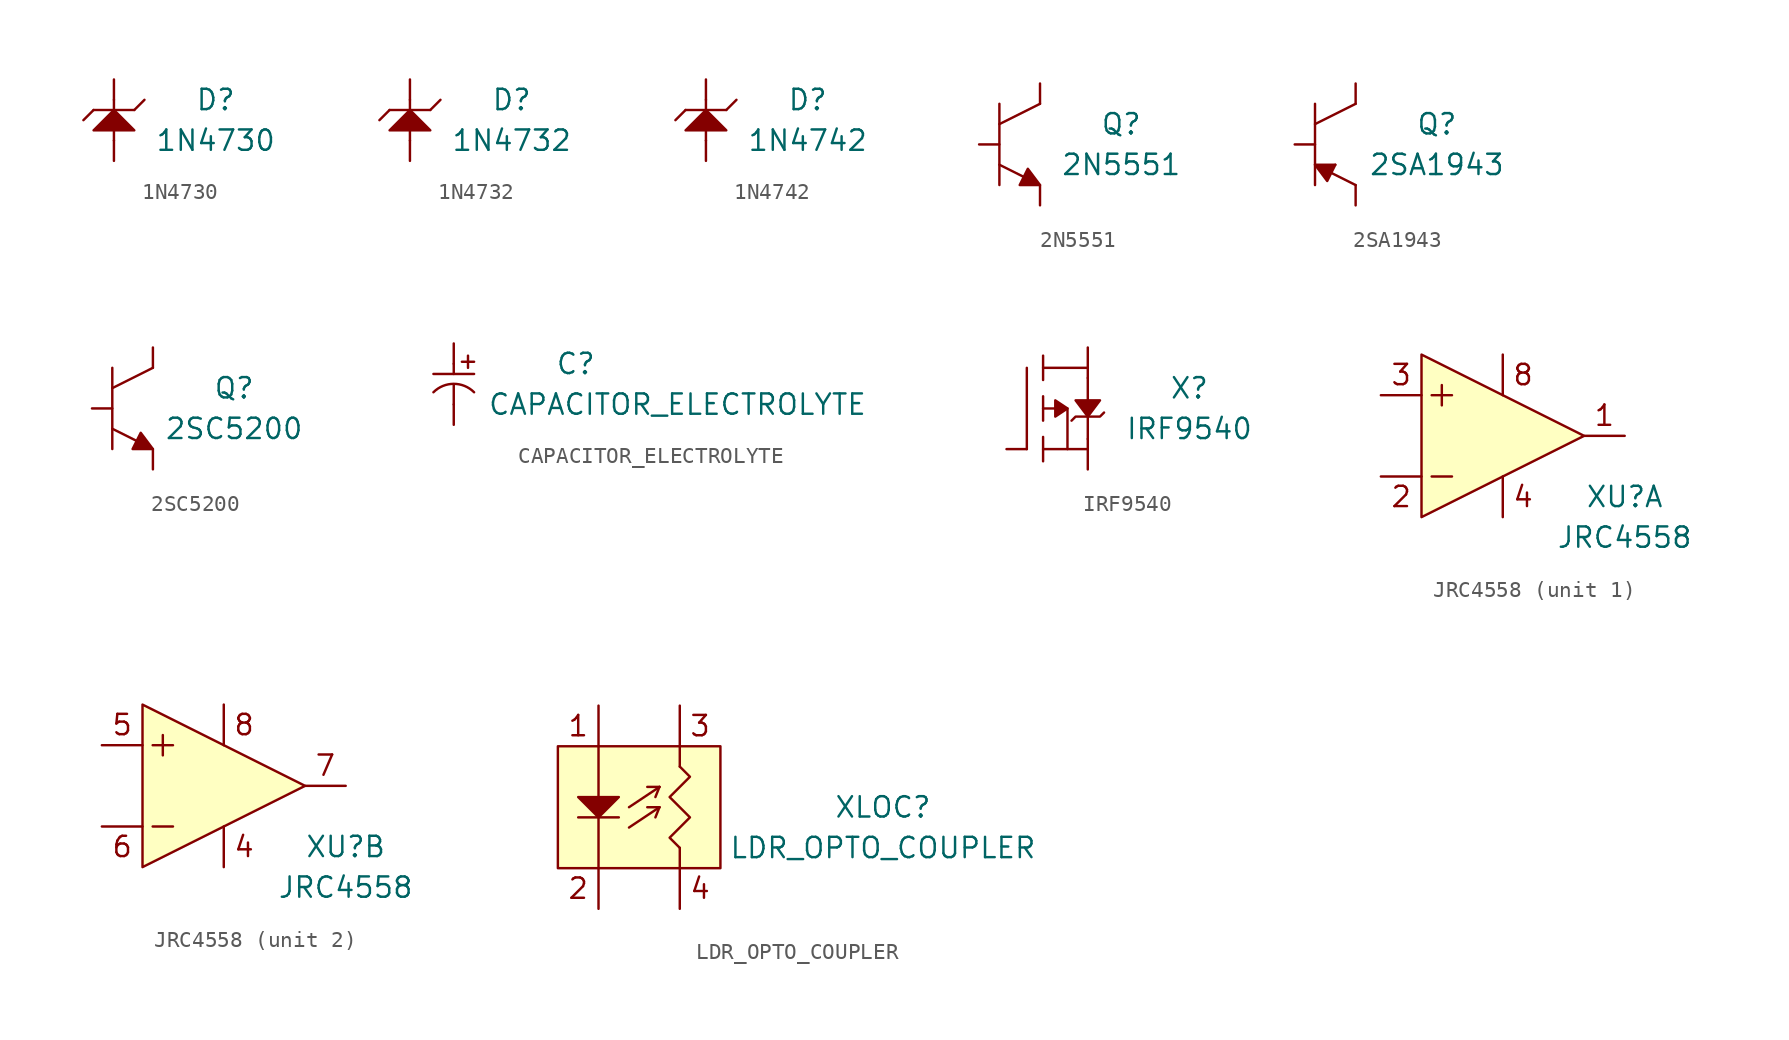
<source format=kicad_sym>
(kicad_symbol_lib
  (version 20211014)
  (generator kicad_symbol_editor)
  (symbol "1N4730"
    (pin_numbers hide)
    (pin_names
      (offset 1.016) hide)
    (property "Reference" "D"
      (at 6.35 1.27 0)
      (effects (font (size 1.27 1.27))))
    (property "Value" "1N4730"
      (at 6.35 -1.27 0)
      (effects (font (size 1.27 1.27))))
    (symbol "1N4730_0_1"
      (polyline (pts (xy -1.27 0.635) (xy -1.905 0)) (stroke (width 0) (type default) (color 0 0 0 0)) (fill (type none)))
      (polyline (pts (xy -1.27 0.635) (xy 1.27 0.635)) (stroke (width 0) (type default) (color 0 0 0 0)) (fill (type none)))
      (polyline (pts (xy 0 1.27) (xy 0 -1.27)) (stroke (width 0) (type default) (color 0 0 0 0)) (fill (type none)))
      (polyline (pts (xy 1.27 0.635) (xy 1.905 1.27)) (stroke (width 0) (type default) (color 0 0 0 0)) (fill (type none)))
      (polyline (pts (xy 0 0.635) (xy -1.27 -0.635) (xy 1.27 -0.635) (xy 0 0.635)) (stroke (width 0) (type default) (color 0 0 0 0)) (fill (type outline))))
    (symbol "1N4730_1_1"
      (pin passive line (at 0 -2.54 90) (length 1.27) (name "A" (effects (font (size 1.27 1.27)))) (number "1" (effects (font (size 1.27 1.27)))))
      (pin passive line (at 0 2.54 270) (length 1.27) (name "K" (effects (font (size 1.27 1.27)))) (number "2" (effects (font (size 1.27 1.27)))))))
  (symbol "1N4732"
    (pin_numbers hide)
    (pin_names
      (offset 1.016) hide)
    (property "Reference" "D"
      (at 6.35 1.27 0)
      (effects (font (size 1.27 1.27))))
    (property "Value" "1N4732"
      (at 6.35 -1.27 0)
      (effects (font (size 1.27 1.27))))
    (symbol "1N4732_0_1"
      (polyline (pts (xy -1.27 0.635) (xy -1.905 0)) (stroke (width 0) (type default) (color 0 0 0 0)) (fill (type none)))
      (polyline (pts (xy -1.27 0.635) (xy 1.27 0.635)) (stroke (width 0) (type default) (color 0 0 0 0)) (fill (type none)))
      (polyline (pts (xy 0 1.27) (xy 0 -1.27)) (stroke (width 0) (type default) (color 0 0 0 0)) (fill (type none)))
      (polyline (pts (xy 1.27 0.635) (xy 1.905 1.27)) (stroke (width 0) (type default) (color 0 0 0 0)) (fill (type none)))
      (polyline (pts (xy 0 0.635) (xy -1.27 -0.635) (xy 1.27 -0.635) (xy 0 0.635)) (stroke (width 0) (type default) (color 0 0 0 0)) (fill (type outline))))
    (symbol "1N4732_1_1"
      (pin passive line (at 0 -2.54 90) (length 1.27) (name "A" (effects (font (size 1.27 1.27)))) (number "1" (effects (font (size 1.27 1.27)))))
      (pin passive line (at 0 2.54 270) (length 1.27) (name "K" (effects (font (size 1.27 1.27)))) (number "2" (effects (font (size 1.27 1.27)))))))
  (symbol "1N4742"
    (pin_numbers hide)
    (pin_names
      (offset 1.016) hide)
    (property "Reference" "D"
      (at 6.35 1.27 0)
      (effects (font (size 1.27 1.27))))
    (property "Value" "1N4742"
      (at 6.35 -1.27 0)
      (effects (font (size 1.27 1.27))))
    (symbol "1N4742_0_1"
      (polyline (pts (xy -1.27 0.635) (xy -1.905 0)) (stroke (width 0) (type default) (color 0 0 0 0)) (fill (type none)))
      (polyline (pts (xy -1.27 0.635) (xy 1.27 0.635)) (stroke (width 0) (type default) (color 0 0 0 0)) (fill (type none)))
      (polyline (pts (xy 0 1.27) (xy 0 -1.27)) (stroke (width 0) (type default) (color 0 0 0 0)) (fill (type none)))
      (polyline (pts (xy 1.27 0.635) (xy 1.905 1.27)) (stroke (width 0) (type default) (color 0 0 0 0)) (fill (type none)))
      (polyline (pts (xy 0 0.635) (xy -1.27 -0.635) (xy 1.27 -0.635) (xy 0 0.635)) (stroke (width 0) (type default) (color 0 0 0 0)) (fill (type outline))))
    (symbol "1N4742_1_1"
      (pin passive line (at 0 -2.54 90) (length 1.27) (name "A" (effects (font (size 1.27 1.27)))) (number "1" (effects (font (size 1.27 1.27)))))
      (pin passive line (at 0 2.54 270) (length 1.27) (name "K" (effects (font (size 1.27 1.27)))) (number "2" (effects (font (size 1.27 1.27)))))))
  (symbol "2N5551"
    (pin_numbers hide)
    (pin_names
      (offset 1.016) hide)
    (property "Reference" "Q"
      (at 5.08 1.27 0)
      (effects (font (size 1.27 1.27))))
    (property "Value" "2N5551"
      (at 5.08 -1.27 0)
      (effects (font (size 1.27 1.27))))
    (symbol "2N5551_0_1"
      (polyline (pts (xy -2.54 -1.27) (xy -1.016 -2.032)) (stroke (width 0) (type default) (color 0 0 0 0)) (fill (type none)))
      (polyline (pts (xy -2.54 2.54) (xy -2.54 -2.54)) (stroke (width 0) (type default) (color 0 0 0 0)) (fill (type none)))
      (polyline (pts (xy 0 2.54) (xy -2.54 1.27)) (stroke (width 0) (type default) (color 0 0 0 0)) (fill (type none)))
      (polyline (pts (xy 0 -2.54) (xy -0.762 -1.524) (xy -1.27 -2.54) (xy 0 -2.54)) (stroke (width 0) (type default) (color 0 0 0 0)) (fill (type outline))))
    (symbol "2N5551_1_1"
      (pin passive line (at 0 3.81 270) (length 1.27) (name "C" (effects (font (size 1.27 1.27)))) (number "1" (effects (font (size 1.27 1.27)))))
      (pin passive line (at -3.81 0 0) (length 1.27) (name "B" (effects (font (size 1.27 1.27)))) (number "2" (effects (font (size 1.27 1.27)))))
      (pin passive line (at 0 -3.81 90) (length 1.27) (name "E" (effects (font (size 1.27 1.27)))) (number "3" (effects (font (size 1.27 1.27)))))))
  (symbol "2SA1943"
    (pin_numbers hide)
    (pin_names
      (offset 1.016) hide)
    (property "Reference" "Q"
      (at 5.08 1.27 0)
      (effects (font (size 1.27 1.27))))
    (property "Value" "2SA1943"
      (at 5.08 -1.27 0)
      (effects (font (size 1.27 1.27))))
    (symbol "2SA1943_0_1"
      (polyline (pts (xy -2.54 -1.27) (xy -1.27 -1.27)) (stroke (width 0) (type default) (color 0 0 0 0)) (fill (type outline)))
      (polyline (pts (xy -2.54 2.54) (xy -2.54 -2.54)) (stroke (width 0) (type default) (color 0 0 0 0)) (fill (type none)))
      (polyline (pts (xy -1.524 -1.778) (xy 0 -2.54)) (stroke (width 0) (type default) (color 0 0 0 0)) (fill (type none)))
      (polyline (pts (xy 0 2.54) (xy -2.54 1.27)) (stroke (width 0) (type default) (color 0 0 0 0)) (fill (type none)))
      (polyline (pts (xy -1.27 -1.27) (xy -1.778 -2.286) (xy -2.54 -1.27)) (stroke (width 0) (type default) (color 0 0 0 0)) (fill (type outline))))
    (symbol "2SA1943_1_1"
      (pin passive line (at 0 3.81 270) (length 1.27) (name "C" (effects (font (size 1.27 1.27)))) (number "1" (effects (font (size 1.27 1.27)))))
      (pin passive line (at -3.81 0 0) (length 1.27) (name "B" (effects (font (size 1.27 1.27)))) (number "2" (effects (font (size 1.27 1.27)))))
      (pin passive line (at 0 -3.81 90) (length 1.27) (name "E" (effects (font (size 1.27 1.27)))) (number "3" (effects (font (size 1.27 1.27)))))))
  (symbol "2SC5200"
    (pin_numbers hide)
    (pin_names
      (offset 1.016) hide)
    (property "Reference" "Q"
      (at 5.08 1.27 0)
      (effects (font (size 1.27 1.27))))
    (property "Value" "2SC5200"
      (at 5.08 -1.27 0)
      (effects (font (size 1.27 1.27))))
    (symbol "2SC5200_0_1"
      (polyline (pts (xy -2.54 -1.27) (xy -1.016 -2.032)) (stroke (width 0) (type default) (color 0 0 0 0)) (fill (type none)))
      (polyline (pts (xy -2.54 2.54) (xy -2.54 -2.54)) (stroke (width 0) (type default) (color 0 0 0 0)) (fill (type none)))
      (polyline (pts (xy 0 2.54) (xy -2.54 1.27)) (stroke (width 0) (type default) (color 0 0 0 0)) (fill (type none)))
      (polyline (pts (xy 0 -2.54) (xy -0.762 -1.524) (xy -1.27 -2.54) (xy 0 -2.54)) (stroke (width 0) (type default) (color 0 0 0 0)) (fill (type outline))))
    (symbol "2SC5200_1_1"
      (pin passive line (at 0 3.81 270) (length 1.27) (name "C" (effects (font (size 1.27 1.27)))) (number "1" (effects (font (size 1.27 1.27)))))
      (pin passive line (at -3.81 0 0) (length 1.27) (name "B" (effects (font (size 1.27 1.27)))) (number "2" (effects (font (size 1.27 1.27)))))
      (pin passive line (at 0 -3.81 90) (length 1.27) (name "E" (effects (font (size 1.27 1.27)))) (number "3" (effects (font (size 1.27 1.27)))))))
  (symbol "CAPACITOR_ELECTROLYTE"
    (pin_numbers hide)
    (pin_names
      (offset 1.016) hide)
    (property "Reference" "C"
      (at 7.62 1.27 0)
      (effects (font (size 1.27 1.27))))
    (property "Value" "CAPACITOR_ELECTROLYTE"
      (at 13.97 -1.27 0)
      (effects (font (size 1.27 1.27))))
    (symbol "CAPACITOR_ELECTROLYTE_0_1"
      (polyline (pts (xy -1.27 0.635) (xy 1.27 0.635)) (stroke (width 0) (type default) (color 0 0 0 0)) (fill (type none)))
      (polyline (pts (xy 0 -1.27) (xy 0 0)) (stroke (width 0) (type default) (color 0 0 0 0)) (fill (type none)))
      (polyline (pts (xy 0 1.27) (xy 0 0.635)) (stroke (width 0) (type default) (color 0 0 0 0)) (fill (type none)))
      (polyline (pts (xy 0.889 1.016) (xy 0.889 1.778)) (stroke (width 0) (type default) (color 0 0 0 0)) (fill (type none)))
      (polyline (pts (xy 1.27 1.397) (xy 0.508 1.397)) (stroke (width 0) (type default) (color 0 0 0 0)) (fill (type none)))
      (arc (start 1.27 -0.508) (mid 0 0.0181) (end -1.27 -0.508) (stroke (width 0) (type default) (color 0 0 0 0)) (fill (type none))))
    (symbol "CAPACITOR_ELECTROLYTE_1_1"
      (pin passive line (at 0 2.54 270) (length 1.27) (name "1" (effects (font (size 1.27 1.27)))) (number "1" (effects (font (size 1.27 1.27)))))
      (pin passive line (at 0 -2.54 90) (length 1.27) (name "2" (effects (font (size 1.27 1.27)))) (number "2" (effects (font (size 1.27 1.27)))))))
  (symbol "IRF9540"
    (pin_numbers hide)
    (pin_names
      (offset 1.016) hide)
    (property "Reference" "X"
      (at 6.35 1.27 0)
      (effects (font (size 1.27 1.27))))
    (property "Value" "IRF9540"
      (at 6.35 -1.27 0)
      (effects (font (size 1.27 1.27))))
    (symbol "IRF9540_0_1"
      (polyline (pts (xy -3.81 2.54) (xy -3.81 -2.54)) (stroke (width 0) (type default) (color 0 0 0 0)) (fill (type none)))
      (polyline (pts (xy -2.794 -1.778) (xy -2.794 -3.302)) (stroke (width 0) (type default) (color 0 0 0 0)) (fill (type none)))
      (polyline (pts (xy -2.794 0.762) (xy -2.794 -0.762)) (stroke (width 0) (type default) (color 0 0 0 0)) (fill (type none)))
      (polyline (pts (xy -2.794 3.302) (xy -2.794 1.778)) (stroke (width 0) (type default) (color 0 0 0 0)) (fill (type none)))
      (polyline (pts (xy 0 -2.54) (xy -2.794 -2.54)) (stroke (width 0) (type default) (color 0 0 0 0)) (fill (type none)))
      (polyline (pts (xy 0 -1.905) (xy 0 1.905)) (stroke (width 0) (type default) (color 0 0 0 0)) (fill (type none)))
      (polyline (pts (xy 0 2.54) (xy -2.794 2.54)) (stroke (width 0) (type default) (color 0 0 0 0)) (fill (type none)))
      (polyline (pts (xy -2.794 0) (xy -1.27 0) (xy -1.27 -2.54)) (stroke (width 0) (type default) (color 0 0 0 0)) (fill (type none)))
      (polyline (pts (xy -1.27 0) (xy -2.032 0.508) (xy -2.032 -0.508) (xy -1.27 0)) (stroke (width 0) (type default) (color 0 0 0 0)) (fill (type outline)))
      (polyline (pts (xy -1.016 -0.762) (xy -0.762 -0.508) (xy 0.762 -0.508) (xy 1.016 -0.254)) (stroke (width 0) (type default) (color 0 0 0 0)) (fill (type none)))
      (polyline (pts (xy -0.762 0.508) (xy 0.762 0.508) (xy 0 -0.508) (xy -0.762 0.508)) (stroke (width 0) (type default) (color 0 0 0 0)) (fill (type outline))))
    (symbol "IRF9540_1_1"
      (pin passive line (at 0 3.81 270) (length 1.905) (name "D" (effects (font (size 1.27 1.27)))) (number "1" (effects (font (size 1.27 1.27)))))
      (pin passive line (at -5.08 -2.54 0) (length 1.27) (name "G" (effects (font (size 1.27 1.27)))) (number "2" (effects (font (size 1.27 1.27)))))
      (pin passive line (at 0 -3.81 90) (length 1.905) (name "S" (effects (font (size 1.27 1.27)))) (number "3" (effects (font (size 1.27 1.27)))))))
  (symbol "JRC4558"
    (pin_numbers hide)
    (pin_names
      (offset 1.016) hide)
    (property "Reference" "XU"
      (at 7.62 -3.81 0)
      (effects (font (size 1.27 1.27))))
    (property "Value" "JRC4558"
      (at 7.62 -6.35 0)
      (effects (font (size 1.27 1.27))))
    (property "ki_locked" ""
      (at 0 0 0)
      (effects (font (size 1.27 1.27))))
    (symbol "JRC4558_0_0"
      (polyline (pts (xy -4.445 -2.54) (xy -3.175 -2.54)) (stroke (width 0) (type default) (color 0 0 0 0)) (fill (type none)))
      (polyline (pts (xy -4.445 2.54) (xy -3.175 2.54)) (stroke (width 0) (type default) (color 0 0 0 0)) (fill (type none)))
      (polyline (pts (xy -3.81 3.175) (xy -3.81 1.905)) (stroke (width 0) (type default) (color 0 0 0 0)) (fill (type none))))
    (symbol "JRC4558_1_1"
      (polyline (pts (xy -5.08 5.08) (xy -5.08 -5.08) (xy 5.08 0) (xy -5.08 5.08)) (stroke (width 0) (type default) (color 0 0 0 0)) (fill (type background)))
      (text "1" (at 6.35 1.27 0) (effects (font (size 1.27 1.27))))
      (text "2" (at -6.35 -3.81 0) (effects (font (size 1.27 1.27))))
      (text "3" (at -6.35 3.81 0) (effects (font (size 1.27 1.27))))
      (text "4" (at 1.27 -3.81 0) (effects (font (size 1.27 1.27))))
      (text "8" (at 1.27 3.81 0) (effects (font (size 1.27 1.27))))
      (pin output line (at 7.62 0 180) (length 2.54) (name "OUT" (effects (font (size 1.27 1.27)))) (number "1" (effects (font (size 1.27 1.27)))))
      (pin input line (at -7.62 -2.54 0) (length 2.54) (name "-" (effects (font (size 1.27 1.27)))) (number "2" (effects (font (size 1.27 1.27)))))
      (pin input line (at -7.62 2.54 0) (length 2.54) (name "+" (effects (font (size 1.27 1.27)))) (number "3" (effects (font (size 1.27 1.27)))))
      (pin power_in line (at 0 -5.08 90) (length 2.54) (name "VEE" (effects (font (size 1.27 1.27)))) (number "4" (effects (font (size 1.27 1.27)))))
      (pin power_in line (at 0 5.08 270) (length 2.54) (name "VCC" (effects (font (size 1.27 1.27)))) (number "8" (effects (font (size 1.27 1.27))))))
    (symbol "JRC4558_2_1"
      (polyline (pts (xy -5.08 5.08) (xy -5.08 -5.08) (xy 5.08 0) (xy -5.08 5.08)) (stroke (width 0) (type default) (color 0 0 0 0)) (fill (type background)))
      (text "4" (at 1.27 -3.81 0) (effects (font (size 1.27 1.27))))
      (text "5" (at -6.35 3.81 0) (effects (font (size 1.27 1.27))))
      (text "6" (at -6.35 -3.81 0) (effects (font (size 1.27 1.27))))
      (text "7" (at 6.35 1.27 0) (effects (font (size 1.27 1.27))))
      (text "8" (at 1.27 3.81 0) (effects (font (size 1.27 1.27))))
      (pin power_in line (at 0 -5.08 90) (length 2.54) (name "VEE" (effects (font (size 1.27 1.27)))) (number "4" (effects (font (size 1.27 1.27)))))
      (pin input line (at -7.62 2.54 0) (length 2.54) (name "+" (effects (font (size 1.27 1.27)))) (number "5" (effects (font (size 1.27 1.27)))))
      (pin input line (at -7.62 -2.54 0) (length 2.54) (name "-" (effects (font (size 1.27 1.27)))) (number "6" (effects (font (size 1.27 1.27)))))
      (pin output line (at 7.62 0 180) (length 2.54) (name "OUT" (effects (font (size 1.27 1.27)))) (number "7" (effects (font (size 1.27 1.27)))))
      (pin power_in line (at 0 5.08 270) (length 2.54) (name "VCC" (effects (font (size 1.27 1.27)))) (number "8" (effects (font (size 1.27 1.27)))))))
  (symbol "LDR_OPTO_COUPLER"
    (pin_numbers hide)
    (pin_names
      (offset 1.016) hide)
    (property "Reference" "XLOC"
      (at 15.24 0 0)
      (effects (font (size 1.27 1.27))))
    (property "Value" "LDR_OPTO_COUPLER"
      (at 15.24 -2.54 0)
      (effects (font (size 1.27 1.27))))
    (symbol "LDR_OPTO_COUPLER_0_0"
      (text "1" (at -3.81 5.08 0) (effects (font (size 1.27 1.27))))
      (text "2" (at -3.81 -5.08 0) (effects (font (size 1.27 1.27))))
      (text "3" (at 3.81 5.08 0) (effects (font (size 1.27 1.27))))
      (text "4" (at 3.81 -5.08 0) (effects (font (size 1.27 1.27)))))
    (symbol "LDR_OPTO_COUPLER_0_1"
      (polyline (pts (xy -3.81 -0.635) (xy -1.27 -0.635)) (stroke (width 0) (type default) (color 0 0 0 0)) (fill (type none)))
      (polyline (pts (xy -2.54 3.81) (xy -2.54 -3.81)) (stroke (width 0) (type default) (color 0 0 0 0)) (fill (type none)))
      (polyline (pts (xy -0.635 -1.27) (xy 1.27 0)) (stroke (width 0) (type default) (color 0 0 0 0)) (fill (type none)))
      (polyline (pts (xy -0.635 0) (xy 1.27 1.27)) (stroke (width 0) (type default) (color 0 0 0 0)) (fill (type none)))
      (polyline (pts (xy 1.27 0) (xy 0.508 0)) (stroke (width 0) (type default) (color 0 0 0 0)) (fill (type none)))
      (polyline (pts (xy 1.27 0) (xy 1.016 -0.635)) (stroke (width 0) (type default) (color 0 0 0 0)) (fill (type none)))
      (polyline (pts (xy 1.27 1.27) (xy 0.508 1.27)) (stroke (width 0) (type default) (color 0 0 0 0)) (fill (type none)))
      (polyline (pts (xy 1.27 1.27) (xy 1.016 0.635)) (stroke (width 0) (type default) (color 0 0 0 0)) (fill (type none)))
      (polyline (pts (xy 2.54 -3.81) (xy 2.54 -2.54)) (stroke (width 0) (type default) (color 0 0 0 0)) (fill (type none)))
      (polyline (pts (xy 2.54 2.54) (xy 2.54 3.81)) (stroke (width 0) (type default) (color 0 0 0 0)) (fill (type none)))
      (polyline (pts (xy -3.81 0.635) (xy -1.27 0.635) (xy -2.54 -0.635) (xy -3.81 0.635)) (stroke (width 0) (type default) (color 0 0 0 0)) (fill (type outline)))
      (polyline (pts (xy -5.08 3.81) (xy 5.08 3.81) (xy 5.08 -3.81) (xy -5.08 -3.81) (xy -5.08 3.81)) (stroke (width 0) (type default) (color 0 0 0 0)) (fill (type background)))
      (polyline (pts (xy 2.54 2.54) (xy 3.175 1.905) (xy 1.905 0.635) (xy 3.175 -0.635) (xy 1.905 -1.905) (xy 2.54 -2.54)) (stroke (width 0) (type default) (color 0 0 0 0)) (fill (type none))))
    (symbol "LDR_OPTO_COUPLER_1_1"
      (pin passive line (at -2.54 6.35 270) (length 2.54) (name "1" (effects (font (size 1.27 1.27)))) (number "1" (effects (font (size 1.27 1.27)))))
      (pin passive line (at -2.54 -6.35 90) (length 2.54) (name "2" (effects (font (size 1.27 1.27)))) (number "2" (effects (font (size 1.27 1.27)))))
      (pin passive line (at 2.54 6.35 270) (length 2.54) (name "3" (effects (font (size 1.27 1.27)))) (number "3" (effects (font (size 1.27 1.27)))))
      (pin passive line (at 2.54 -6.35 90) (length 2.54) (name "4" (effects (font (size 1.27 1.27)))) (number "4" (effects (font (size 1.27 1.27))))))))
</source>
